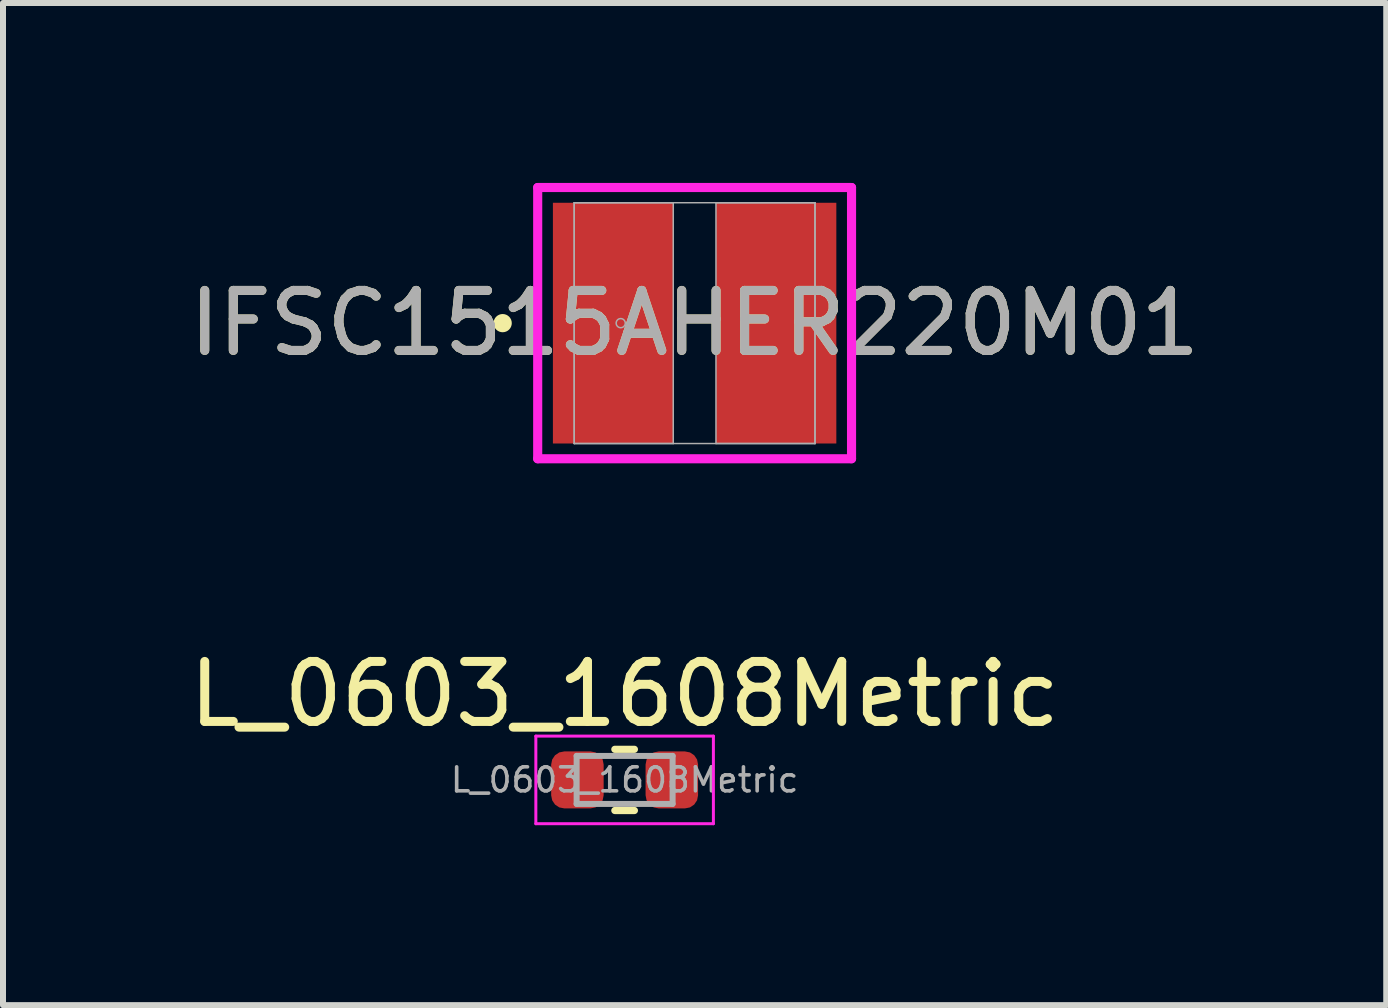
<source format=kicad_pcb>
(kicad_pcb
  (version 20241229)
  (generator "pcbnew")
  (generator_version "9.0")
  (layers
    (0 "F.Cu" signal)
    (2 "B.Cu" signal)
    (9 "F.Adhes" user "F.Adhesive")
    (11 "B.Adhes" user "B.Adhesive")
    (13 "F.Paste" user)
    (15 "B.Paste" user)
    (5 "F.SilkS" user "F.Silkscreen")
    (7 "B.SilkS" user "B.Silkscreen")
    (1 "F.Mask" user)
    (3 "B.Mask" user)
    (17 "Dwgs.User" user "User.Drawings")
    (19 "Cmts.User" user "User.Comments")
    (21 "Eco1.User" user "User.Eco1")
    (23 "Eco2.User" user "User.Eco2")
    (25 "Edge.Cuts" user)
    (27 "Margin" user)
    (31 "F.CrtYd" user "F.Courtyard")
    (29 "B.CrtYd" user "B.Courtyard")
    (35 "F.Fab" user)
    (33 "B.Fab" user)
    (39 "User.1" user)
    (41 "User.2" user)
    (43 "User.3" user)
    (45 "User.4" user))
  (footprint "IFSC1515AHER220M01"
    (layer "F.Cu")
    (at 8.53 2.337)
    (property "Reference" "IFSC1515AHER220M01" (at 0 0 0) (unlocked yes) (layer "F.SilkS") (effects (font (size 1 1) (thickness 0.15))))
    (attr smd)
    (fp_circle (center -3.2 0) (end -3.124 0) (stroke (width 0.152) (type solid)) (fill no) (layer "F.SilkS"))
    (fp_line (start -2.616 -2.261) (end 2.616 -2.261) (stroke (width 0.152) (type solid)) (layer "F.CrtYd"))
    (fp_line (start -2.616 2.261) (end -2.616 -2.261) (stroke (width 0.152) (type solid)) (layer "F.CrtYd"))
    (fp_line (start 2.616 -2.261) (end 2.616 2.261) (stroke (width 0.152) (type solid)) (layer "F.CrtYd"))
    (fp_line (start 2.616 2.261) (end -2.616 2.261) (stroke (width 0.152) (type solid)) (layer "F.CrtYd"))
    (fp_line (start -2.007 -2.007) (end -2.007 2.007) (stroke (width 0.025) (type solid)) (layer "F.Fab"))
    (fp_line (start -2.007 -2.007) (end -2.007 2.007) (stroke (width 0.025) (type solid)) (layer "F.Fab"))
    (fp_line (start -2.007 2.007) (end -0.356 2.007) (stroke (width 0.025) (type solid)) (layer "F.Fab"))
    (fp_line (start -2.007 2.007) (end 2.007 2.007) (stroke (width 0.025) (type solid)) (layer "F.Fab"))
    (fp_line (start -0.356 -2.007) (end -2.007 -2.007) (stroke (width 0.025) (type solid)) (layer "F.Fab"))
    (fp_line (start -0.356 2.007) (end -0.356 -2.007) (stroke (width 0.025) (type solid)) (layer "F.Fab"))
    (fp_line (start 0.356 -2.007) (end 0.356 2.007) (stroke (width 0.025) (type solid)) (layer "F.Fab"))
    (fp_line (start 0.356 2.007) (end 2.007 2.007) (stroke (width 0.025) (type solid)) (layer "F.Fab"))
    (fp_line (start 2.007 -2.007) (end -2.007 -2.007) (stroke (width 0.025) (type solid)) (layer "F.Fab"))
    (fp_line (start 2.007 -2.007) (end 0.356 -2.007) (stroke (width 0.025) (type solid)) (layer "F.Fab"))
    (fp_line (start 2.007 2.007) (end 2.007 -2.007) (stroke (width 0.025) (type solid)) (layer "F.Fab"))
    (fp_line (start 2.007 2.007) (end 2.007 -2.007) (stroke (width 0.025) (type solid)) (layer "F.Fab"))
    (fp_circle (center -1.232 0) (end -1.156 0) (stroke (width 0.025) (type solid)) (fill no) (layer "F.Fab"))
    (fp_text user "${REFERENCE}" (at 0 0 0) (unlocked yes) (layer "F.Fab") (effects (font (size 1 1) (thickness 0.15))))
    (pad "1" smd rect (at -1.359 0) (size 2.007 4.013) (layers "F.Cu" "F.Mask" "F.Paste"))
    (pad "2" smd rect (at 1.359 0) (size 2.007 4.013) (layers "F.Cu" "F.Mask" "F.Paste"))
    (zone (net_name "") (layer "F.Cu") (hatch full 0.508) (connect_pads) (min_thickness 0.254) (filled_areas_thickness no) (keepout (tracks not_allowed) (vias not_allowed) (pads allowed) (copperpour not_allowed) (footprints allowed)) (placement (enabled no)) (fill) (polygon (pts (xy 8.225 0.381) (xy 8.835 0.381) (xy 8.835 4.293) (xy 8.225 4.293)))))
  (footprint "L_0603_1608Metric"
    (layer "F.Cu")
    (at 7.363 9.952)
    (property "Reference" "L_0603_1608Metric" (at 0 -1.43 0) (layer "F.SilkS") (effects (font (size 1 1) (thickness 0.15))))
    (attr smd)
    (fp_line (start -0.163 -0.51) (end 0.163 -0.51) (stroke (width 0.12) (type solid)) (layer "F.SilkS"))
    (fp_line (start -0.163 0.51) (end 0.163 0.51) (stroke (width 0.12) (type solid)) (layer "F.SilkS"))
    (fp_line (start -1.48 -0.73) (end 1.48 -0.73) (stroke (width 0.05) (type solid)) (layer "F.CrtYd"))
    (fp_line (start -1.48 0.73) (end -1.48 -0.73) (stroke (width 0.05) (type solid)) (layer "F.CrtYd"))
    (fp_line (start 1.48 -0.73) (end 1.48 0.73) (stroke (width 0.05) (type solid)) (layer "F.CrtYd"))
    (fp_line (start 1.48 0.73) (end -1.48 0.73) (stroke (width 0.05) (type solid)) (layer "F.CrtYd"))
    (fp_line (start -0.8 -0.4) (end 0.8 -0.4) (stroke (width 0.1) (type solid)) (layer "F.Fab"))
    (fp_line (start -0.8 0.4) (end -0.8 -0.4) (stroke (width 0.1) (type solid)) (layer "F.Fab"))
    (fp_line (start 0.8 -0.4) (end 0.8 0.4) (stroke (width 0.1) (type solid)) (layer "F.Fab"))
    (fp_line (start 0.8 0.4) (end -0.8 0.4) (stroke (width 0.1) (type solid)) (layer "F.Fab"))
    (fp_text user "${REFERENCE}" (at 0 0 0) (layer "Eco1.User") (effects (font (size 0.4 0.4) (thickness 0.06))))
    (fp_text user "${REFERENCE}" (at 0 0 0) (layer "F.Fab") (effects (font (size 0.4 0.4) (thickness 0.06))))
    (pad "1" smd roundrect (at -0.787 0) (size 0.875 0.95) (layers "F.Cu" "F.Mask" "F.Paste") (roundrect_rratio 0.25))
    (pad "2" smd roundrect (at 0.787 0) (size 0.875 0.95) (layers "F.Cu" "F.Mask" "F.Paste") (roundrect_rratio 0.25)))
  (gr_rect
    (start -3 -3)
    (end 20.06 13.707)
    (stroke (width 0.1) (type default))
    (fill no)
    (layer "Edge.Cuts")))
</source>
